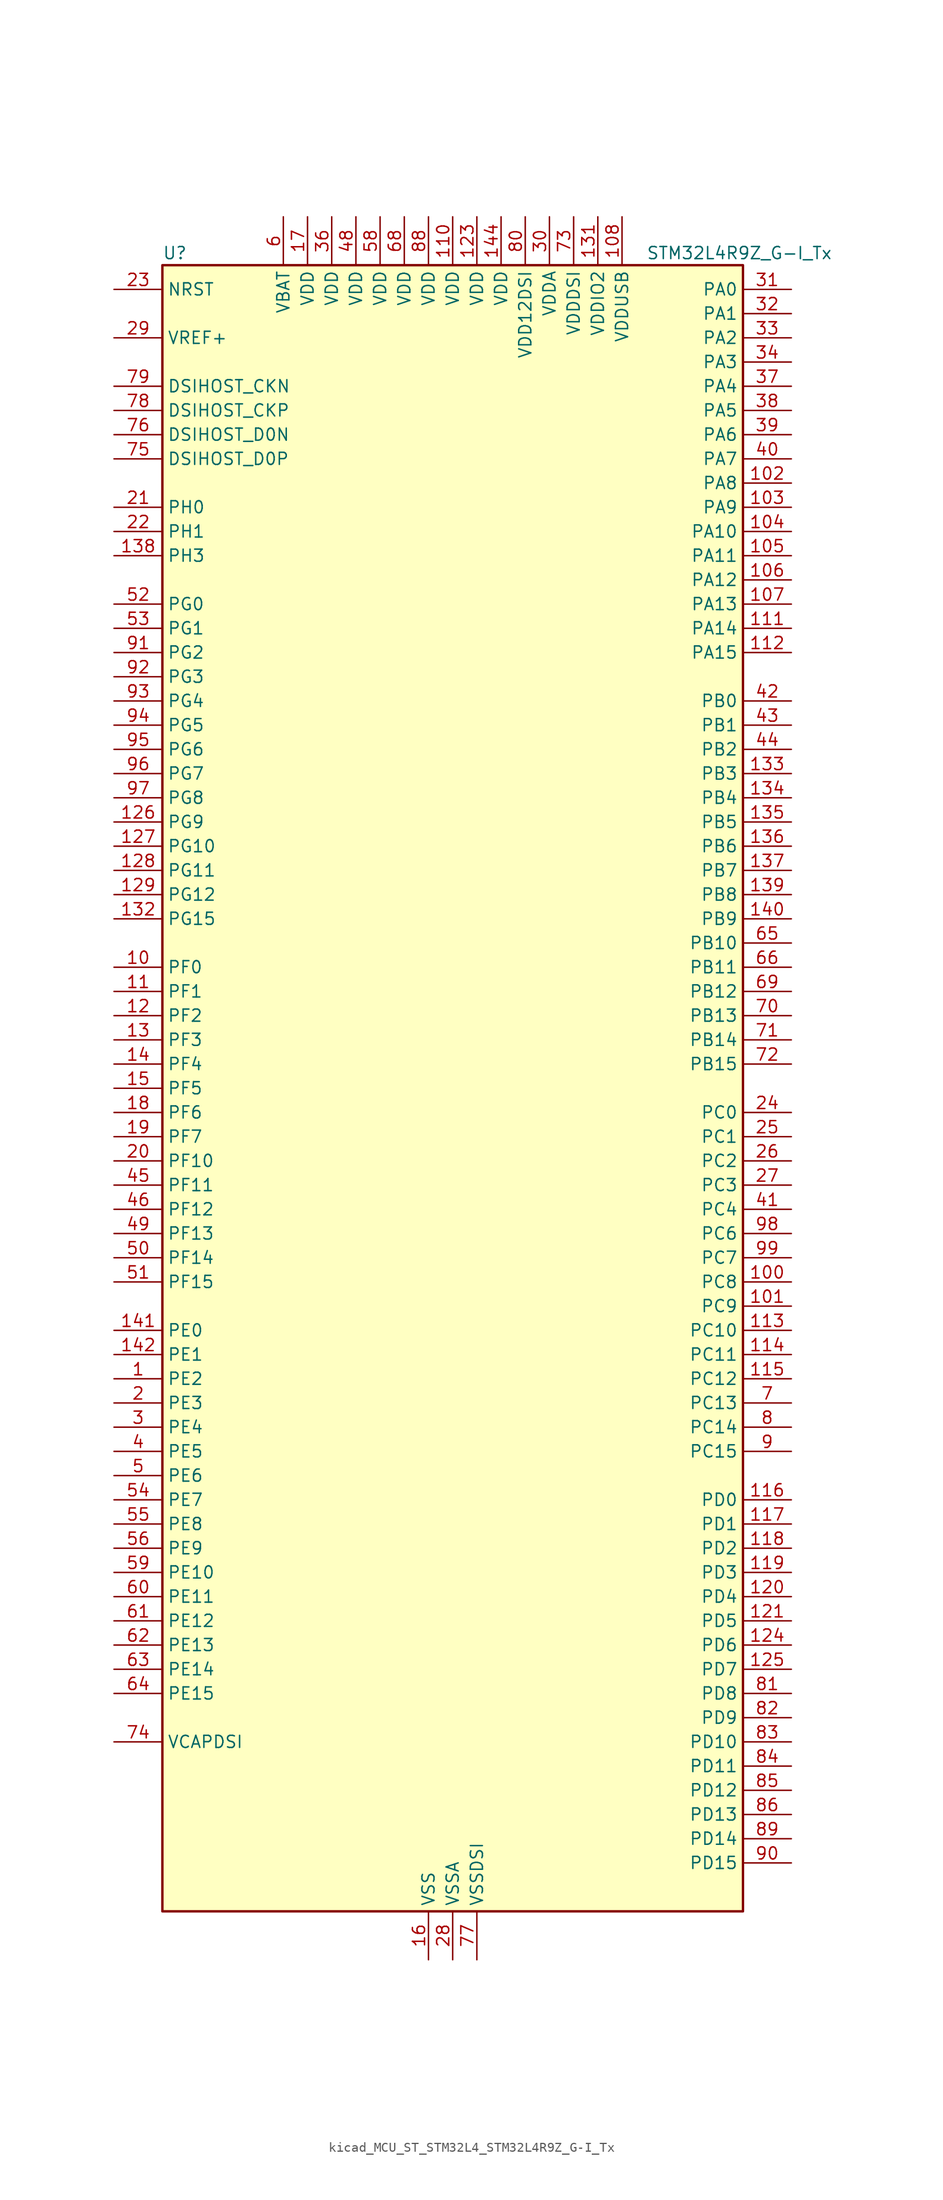
<source format=kicad_sym>
(kicad_symbol_lib
  (version 20220914)
  (generator kicad_symbol_editor)
  (symbol "kicad_MCU_ST_STM32L4_STM32L4R9Z_G-I_Tx"
    (property "Reference" "U"
      (at -30.48 87.63 0)
      (effects (font (size 1.27 1.27)) (justify left)))
    (property "Value" "STM32L4R9Z_G-I_Tx"
      (at 20.32 87.63 0)
      (effects (font (size 1.27 1.27)) (justify left)))
    (property "ki_locked" ""
      (at 0 0 0)
      (effects (font (size 1.27 1.27))))
    (symbol "kicad_MCU_ST_STM32L4_STM32L4R9Z_G-I_Tx_0_1"
      (rectangle (start -30.48 -86.36) (end 30.48 86.36) (stroke (width 0.254) (type default)) (fill (type background))))
    (symbol "kicad_MCU_ST_STM32L4_STM32L4R9Z_G-I_Tx_1_1"
      (pin bidirectional line (at -35.56 -30.48 0) (length 5.08) (name "PE2" (effects (font (size 1.27 1.27)))) (number "1" (effects (font (size 1.27 1.27)))) (alternate "FMC_A23" bidirectional line) (alternate "LTDC_R0" bidirectional line) (alternate "SAI1_CK1" bidirectional line) (alternate "SAI1_MCLK_A" bidirectional line) (alternate "SYS_TRACECLK" bidirectional line) (alternate "TIM3_ETR" bidirectional line) (alternate "TSC_G7_IO1" bidirectional line))
      (pin bidirectional line (at -35.56 12.7 0) (length 5.08) (name "PF0" (effects (font (size 1.27 1.27)))) (number "10" (effects (font (size 1.27 1.27)))) (alternate "FMC_A0" bidirectional line) (alternate "I2C2_SDA" bidirectional line) (alternate "OCTOSPIM_P2_IO0" bidirectional line))
      (pin bidirectional line (at 35.56 -20.32 180) (length 5.08) (name "PC8" (effects (font (size 1.27 1.27)))) (number "100" (effects (font (size 1.27 1.27)))) (alternate "DCMI_D2" bidirectional line) (alternate "SDMMC1_D0" bidirectional line) (alternate "TIM3_CH3" bidirectional line) (alternate "TIM8_CH3" bidirectional line) (alternate "TSC_G4_IO3" bidirectional line))
      (pin bidirectional line (at 35.56 -22.86 180) (length 5.08) (name "PC9" (effects (font (size 1.27 1.27)))) (number "101" (effects (font (size 1.27 1.27)))) (alternate "DAC1_EXTI9" bidirectional line) (alternate "DCMI_D3" bidirectional line) (alternate "I2C3_SDA" bidirectional line) (alternate "SAI2_EXTCLK" bidirectional line) (alternate "SDMMC1_D1" bidirectional line) (alternate "SYS_TRACED0" bidirectional line) (alternate "TIM3_CH4" bidirectional line) (alternate "TIM8_BKIN2" bidirectional line) (alternate "TIM8_CH4" bidirectional line) (alternate "TSC_G4_IO4" bidirectional line) (alternate "USB_OTG_FS_NOE" bidirectional line))
      (pin bidirectional line (at 35.56 63.5 180) (length 5.08) (name "PA8" (effects (font (size 1.27 1.27)))) (number "102" (effects (font (size 1.27 1.27)))) (alternate "LPTIM2_OUT" bidirectional line) (alternate "RCC_MCO" bidirectional line) (alternate "SAI1_CK2" bidirectional line) (alternate "SAI1_SCK_A" bidirectional line) (alternate "TIM1_CH1" bidirectional line) (alternate "USART1_CK" bidirectional line) (alternate "USB_OTG_FS_SOF" bidirectional line))
      (pin bidirectional line (at 35.56 60.96 180) (length 5.08) (name "PA9" (effects (font (size 1.27 1.27)))) (number "103" (effects (font (size 1.27 1.27)))) (alternate "DAC1_EXTI9" bidirectional line) (alternate "DCMI_D0" bidirectional line) (alternate "SAI1_FS_A" bidirectional line) (alternate "SPI2_SCK" bidirectional line) (alternate "TIM15_BKIN" bidirectional line) (alternate "TIM1_CH2" bidirectional line) (alternate "USART1_TX" bidirectional line) (alternate "USB_OTG_FS_VBUS" bidirectional line))
      (pin bidirectional line (at 35.56 58.42 180) (length 5.08) (name "PA10" (effects (font (size 1.27 1.27)))) (number "104" (effects (font (size 1.27 1.27)))) (alternate "DCMI_D1" bidirectional line) (alternate "SAI1_D1" bidirectional line) (alternate "SAI1_SD_A" bidirectional line) (alternate "TIM17_BKIN" bidirectional line) (alternate "TIM1_CH3" bidirectional line) (alternate "USART1_RX" bidirectional line) (alternate "USB_OTG_FS_ID" bidirectional line))
      (pin bidirectional line (at 35.56 55.88 180) (length 5.08) (name "PA11" (effects (font (size 1.27 1.27)))) (number "105" (effects (font (size 1.27 1.27)))) (alternate "ADC1_EXTI11" bidirectional line) (alternate "CAN1_RX" bidirectional line) (alternate "SPI1_MISO" bidirectional line) (alternate "TIM1_BKIN2" bidirectional line) (alternate "TIM1_CH4" bidirectional line) (alternate "USART1_CTS" bidirectional line) (alternate "USART1_NSS" bidirectional line) (alternate "USB_OTG_FS_DM" bidirectional line))
      (pin bidirectional line (at 35.56 53.34 180) (length 5.08) (name "PA12" (effects (font (size 1.27 1.27)))) (number "106" (effects (font (size 1.27 1.27)))) (alternate "CAN1_TX" bidirectional line) (alternate "SPI1_MOSI" bidirectional line) (alternate "TIM1_ETR" bidirectional line) (alternate "USART1_DE" bidirectional line) (alternate "USART1_RTS" bidirectional line) (alternate "USB_OTG_FS_DP" bidirectional line))
      (pin bidirectional line (at 35.56 50.8 180) (length 5.08) (name "PA13" (effects (font (size 1.27 1.27)))) (number "107" (effects (font (size 1.27 1.27)))) (alternate "IR_OUT" bidirectional line) (alternate "SAI1_SD_B" bidirectional line) (alternate "SYS_JTMS-SWDIO" bidirectional line) (alternate "USB_OTG_FS_NOE" bidirectional line))
      (pin power_in line (at 17.78 91.44 270) (length 5.08) (name "VDDUSB" (effects (font (size 1.27 1.27)))) (number "108" (effects (font (size 1.27 1.27)))))
      (pin passive line (at -2.54 -91.44 90) (length 5.08) hide (name "VSS" (effects (font (size 1.27 1.27)))) (number "109" (effects (font (size 1.27 1.27)))))
      (pin bidirectional line (at -35.56 10.16 0) (length 5.08) (name "PF1" (effects (font (size 1.27 1.27)))) (number "11" (effects (font (size 1.27 1.27)))) (alternate "FMC_A1" bidirectional line) (alternate "I2C2_SCL" bidirectional line) (alternate "OCTOSPIM_P2_IO1" bidirectional line))
      (pin power_in line (at 0 91.44 270) (length 5.08) (name "VDD" (effects (font (size 1.27 1.27)))) (number "110" (effects (font (size 1.27 1.27)))))
      (pin bidirectional line (at 35.56 48.26 180) (length 5.08) (name "PA14" (effects (font (size 1.27 1.27)))) (number "111" (effects (font (size 1.27 1.27)))) (alternate "I2C1_SMBA" bidirectional line) (alternate "I2C4_SMBA" bidirectional line) (alternate "LPTIM1_OUT" bidirectional line) (alternate "SAI1_FS_B" bidirectional line) (alternate "SYS_JTCK-SWCLK" bidirectional line) (alternate "USB_OTG_FS_SOF" bidirectional line))
      (pin bidirectional line (at 35.56 45.72 180) (length 5.08) (name "PA15" (effects (font (size 1.27 1.27)))) (number "112" (effects (font (size 1.27 1.27)))) (alternate "ADC1_EXTI15" bidirectional line) (alternate "SAI2_FS_B" bidirectional line) (alternate "SPI1_NSS" bidirectional line) (alternate "SPI3_NSS" bidirectional line) (alternate "SYS_JTDI" bidirectional line) (alternate "TIM2_CH1" bidirectional line) (alternate "TIM2_ETR" bidirectional line) (alternate "TSC_G3_IO1" bidirectional line) (alternate "UART4_DE" bidirectional line) (alternate "UART4_RTS" bidirectional line) (alternate "USART2_RX" bidirectional line) (alternate "USART3_DE" bidirectional line) (alternate "USART3_RTS" bidirectional line))
      (pin bidirectional line (at 35.56 -25.4 180) (length 5.08) (name "PC10" (effects (font (size 1.27 1.27)))) (number "113" (effects (font (size 1.27 1.27)))) (alternate "DCMI_D8" bidirectional line) (alternate "SAI2_SCK_B" bidirectional line) (alternate "SDMMC1_D2" bidirectional line) (alternate "SPI3_SCK" bidirectional line) (alternate "SYS_TRACED1" bidirectional line) (alternate "TSC_G3_IO2" bidirectional line) (alternate "UART4_TX" bidirectional line) (alternate "USART3_TX" bidirectional line))
      (pin bidirectional line (at 35.56 -27.94 180) (length 5.08) (name "PC11" (effects (font (size 1.27 1.27)))) (number "114" (effects (font (size 1.27 1.27)))) (alternate "ADC1_EXTI11" bidirectional line) (alternate "DCMI_D2" bidirectional line) (alternate "DCMI_D4" bidirectional line) (alternate "OCTOSPIM_P1_NCS" bidirectional line) (alternate "SAI2_MCLK_B" bidirectional line) (alternate "SDMMC1_D3" bidirectional line) (alternate "SPI3_MISO" bidirectional line) (alternate "TSC_G3_IO3" bidirectional line) (alternate "UART4_RX" bidirectional line) (alternate "USART3_RX" bidirectional line))
      (pin bidirectional line (at 35.56 -30.48 180) (length 5.08) (name "PC12" (effects (font (size 1.27 1.27)))) (number "115" (effects (font (size 1.27 1.27)))) (alternate "DCMI_D9" bidirectional line) (alternate "SAI2_SD_B" bidirectional line) (alternate "SDMMC1_CK" bidirectional line) (alternate "SPI3_MOSI" bidirectional line) (alternate "SYS_TRACED3" bidirectional line) (alternate "TSC_G3_IO4" bidirectional line) (alternate "UART5_TX" bidirectional line) (alternate "USART3_CK" bidirectional line))
      (pin bidirectional line (at 35.56 -43.18 180) (length 5.08) (name "PD0" (effects (font (size 1.27 1.27)))) (number "116" (effects (font (size 1.27 1.27)))) (alternate "CAN1_RX" bidirectional line) (alternate "DFSDM1_DATIN7" bidirectional line) (alternate "FMC_D2" bidirectional line) (alternate "FMC_DA2" bidirectional line) (alternate "LTDC_B4" bidirectional line) (alternate "SPI2_NSS" bidirectional line))
      (pin bidirectional line (at 35.56 -45.72 180) (length 5.08) (name "PD1" (effects (font (size 1.27 1.27)))) (number "117" (effects (font (size 1.27 1.27)))) (alternate "CAN1_TX" bidirectional line) (alternate "DFSDM1_CKIN7" bidirectional line) (alternate "FMC_D3" bidirectional line) (alternate "FMC_DA3" bidirectional line) (alternate "LTDC_B5" bidirectional line) (alternate "SPI2_SCK" bidirectional line))
      (pin bidirectional line (at 35.56 -48.26 180) (length 5.08) (name "PD2" (effects (font (size 1.27 1.27)))) (number "118" (effects (font (size 1.27 1.27)))) (alternate "DCMI_D11" bidirectional line) (alternate "SDMMC1_CMD" bidirectional line) (alternate "SYS_TRACED2" bidirectional line) (alternate "TIM3_ETR" bidirectional line) (alternate "TSC_SYNC" bidirectional line) (alternate "UART5_RX" bidirectional line) (alternate "USART3_DE" bidirectional line) (alternate "USART3_RTS" bidirectional line))
      (pin bidirectional line (at 35.56 -50.8 180) (length 5.08) (name "PD3" (effects (font (size 1.27 1.27)))) (number "119" (effects (font (size 1.27 1.27)))) (alternate "DCMI_D5" bidirectional line) (alternate "DFSDM1_DATIN0" bidirectional line) (alternate "FMC_CLK" bidirectional line) (alternate "LTDC_CLK" bidirectional line) (alternate "OCTOSPIM_P2_NCS" bidirectional line) (alternate "SPI2_MISO" bidirectional line) (alternate "SPI2_SCK" bidirectional line) (alternate "USART2_CTS" bidirectional line) (alternate "USART2_NSS" bidirectional line))
      (pin bidirectional line (at -35.56 7.62 0) (length 5.08) (name "PF2" (effects (font (size 1.27 1.27)))) (number "12" (effects (font (size 1.27 1.27)))) (alternate "FMC_A2" bidirectional line) (alternate "I2C2_SMBA" bidirectional line) (alternate "OCTOSPIM_P2_IO2" bidirectional line))
      (pin bidirectional line (at 35.56 -53.34 180) (length 5.08) (name "PD4" (effects (font (size 1.27 1.27)))) (number "120" (effects (font (size 1.27 1.27)))) (alternate "DFSDM1_CKIN0" bidirectional line) (alternate "FMC_NOE" bidirectional line) (alternate "OCTOSPIM_P1_IO4" bidirectional line) (alternate "SPI2_MOSI" bidirectional line) (alternate "USART2_DE" bidirectional line) (alternate "USART2_RTS" bidirectional line))
      (pin bidirectional line (at 35.56 -55.88 180) (length 5.08) (name "PD5" (effects (font (size 1.27 1.27)))) (number "121" (effects (font (size 1.27 1.27)))) (alternate "FMC_NWE" bidirectional line) (alternate "OCTOSPIM_P1_IO5" bidirectional line) (alternate "USART2_TX" bidirectional line))
      (pin passive line (at -2.54 -91.44 90) (length 5.08) hide (name "VSS" (effects (font (size 1.27 1.27)))) (number "122" (effects (font (size 1.27 1.27)))))
      (pin power_in line (at 2.54 91.44 270) (length 5.08) (name "VDD" (effects (font (size 1.27 1.27)))) (number "123" (effects (font (size 1.27 1.27)))))
      (pin bidirectional line (at 35.56 -58.42 180) (length 5.08) (name "PD6" (effects (font (size 1.27 1.27)))) (number "124" (effects (font (size 1.27 1.27)))) (alternate "DCMI_D10" bidirectional line) (alternate "DFSDM1_DATIN1" bidirectional line) (alternate "FMC_NWAIT" bidirectional line) (alternate "LTDC_DE" bidirectional line) (alternate "OCTOSPIM_P1_IO6" bidirectional line) (alternate "SAI1_D1" bidirectional line) (alternate "SAI1_SD_A" bidirectional line) (alternate "SPI3_MOSI" bidirectional line) (alternate "USART2_RX" bidirectional line))
      (pin bidirectional line (at 35.56 -60.96 180) (length 5.08) (name "PD7" (effects (font (size 1.27 1.27)))) (number "125" (effects (font (size 1.27 1.27)))) (alternate "DFSDM1_CKIN1" bidirectional line) (alternate "FMC_NCE" bidirectional line) (alternate "FMC_NE1" bidirectional line) (alternate "OCTOSPIM_P1_IO7" bidirectional line) (alternate "USART2_CK" bidirectional line))
      (pin bidirectional line (at -35.56 27.94 0) (length 5.08) (name "PG9" (effects (font (size 1.27 1.27)))) (number "126" (effects (font (size 1.27 1.27)))) (alternate "DAC1_EXTI9" bidirectional line) (alternate "FMC_NCE" bidirectional line) (alternate "FMC_NE2" bidirectional line) (alternate "OCTOSPIM_P2_IO6" bidirectional line) (alternate "SAI2_SCK_A" bidirectional line) (alternate "SPI3_SCK" bidirectional line) (alternate "TIM15_CH1N" bidirectional line) (alternate "USART1_TX" bidirectional line))
      (pin bidirectional line (at -35.56 25.4 0) (length 5.08) (name "PG10" (effects (font (size 1.27 1.27)))) (number "127" (effects (font (size 1.27 1.27)))) (alternate "FMC_NE3" bidirectional line) (alternate "LPTIM1_IN1" bidirectional line) (alternate "OCTOSPIM_P2_IO7" bidirectional line) (alternate "SAI2_FS_A" bidirectional line) (alternate "SPI3_MISO" bidirectional line) (alternate "TIM15_CH1" bidirectional line) (alternate "USART1_RX" bidirectional line))
      (pin bidirectional line (at -35.56 22.86 0) (length 5.08) (name "PG11" (effects (font (size 1.27 1.27)))) (number "128" (effects (font (size 1.27 1.27)))) (alternate "ADC1_EXTI11" bidirectional line) (alternate "LPTIM1_IN2" bidirectional line) (alternate "OCTOSPIM_P1_IO5" bidirectional line) (alternate "SAI2_MCLK_A" bidirectional line) (alternate "SPI3_MOSI" bidirectional line) (alternate "TIM15_CH2" bidirectional line) (alternate "USART1_CTS" bidirectional line) (alternate "USART1_NSS" bidirectional line))
      (pin bidirectional line (at -35.56 20.32 0) (length 5.08) (name "PG12" (effects (font (size 1.27 1.27)))) (number "129" (effects (font (size 1.27 1.27)))) (alternate "FMC_NE4" bidirectional line) (alternate "LPTIM1_ETR" bidirectional line) (alternate "OCTOSPIM_P2_NCS" bidirectional line) (alternate "SAI2_SD_A" bidirectional line) (alternate "SPI3_NSS" bidirectional line) (alternate "USART1_DE" bidirectional line) (alternate "USART1_RTS" bidirectional line))
      (pin bidirectional line (at -35.56 5.08 0) (length 5.08) (name "PF3" (effects (font (size 1.27 1.27)))) (number "13" (effects (font (size 1.27 1.27)))) (alternate "FMC_A3" bidirectional line) (alternate "OCTOSPIM_P2_IO3" bidirectional line))
      (pin passive line (at -2.54 -91.44 90) (length 5.08) hide (name "VSS" (effects (font (size 1.27 1.27)))) (number "130" (effects (font (size 1.27 1.27)))))
      (pin power_in line (at 15.24 91.44 270) (length 5.08) (name "VDDIO2" (effects (font (size 1.27 1.27)))) (number "131" (effects (font (size 1.27 1.27)))))
      (pin bidirectional line (at -35.56 17.78 0) (length 5.08) (name "PG15" (effects (font (size 1.27 1.27)))) (number "132" (effects (font (size 1.27 1.27)))) (alternate "ADC1_EXTI15" bidirectional line) (alternate "DCMI_D13" bidirectional line) (alternate "I2C1_SMBA" bidirectional line) (alternate "LPTIM1_OUT" bidirectional line) (alternate "OCTOSPIM_P2_DQS" bidirectional line))
      (pin bidirectional line (at 35.56 33.02 180) (length 5.08) (name "PB3" (effects (font (size 1.27 1.27)))) (number "133" (effects (font (size 1.27 1.27)))) (alternate "COMP2_INM" bidirectional line) (alternate "CRS_SYNC" bidirectional line) (alternate "SAI1_SCK_B" bidirectional line) (alternate "SPI1_SCK" bidirectional line) (alternate "SPI3_SCK" bidirectional line) (alternate "SYS_JTDO-SWO" bidirectional line) (alternate "TIM2_CH2" bidirectional line) (alternate "USART1_DE" bidirectional line) (alternate "USART1_RTS" bidirectional line))
      (pin bidirectional line (at 35.56 30.48 180) (length 5.08) (name "PB4" (effects (font (size 1.27 1.27)))) (number "134" (effects (font (size 1.27 1.27)))) (alternate "COMP2_INP" bidirectional line) (alternate "DCMI_D12" bidirectional line) (alternate "I2C3_SDA" bidirectional line) (alternate "SAI1_MCLK_B" bidirectional line) (alternate "SPI1_MISO" bidirectional line) (alternate "SPI3_MISO" bidirectional line) (alternate "SYS_JTRST" bidirectional line) (alternate "TIM17_BKIN" bidirectional line) (alternate "TIM3_CH1" bidirectional line) (alternate "TSC_G2_IO1" bidirectional line) (alternate "UART5_DE" bidirectional line) (alternate "UART5_RTS" bidirectional line) (alternate "USART1_CTS" bidirectional line) (alternate "USART1_NSS" bidirectional line))
      (pin bidirectional line (at 35.56 27.94 180) (length 5.08) (name "PB5" (effects (font (size 1.27 1.27)))) (number "135" (effects (font (size 1.27 1.27)))) (alternate "COMP2_OUT" bidirectional line) (alternate "DCMI_D10" bidirectional line) (alternate "I2C1_SMBA" bidirectional line) (alternate "LPTIM1_IN1" bidirectional line) (alternate "SAI1_SD_B" bidirectional line) (alternate "SPI1_MOSI" bidirectional line) (alternate "SPI3_MOSI" bidirectional line) (alternate "TIM16_BKIN" bidirectional line) (alternate "TIM3_CH2" bidirectional line) (alternate "TSC_G2_IO2" bidirectional line) (alternate "UART5_CTS" bidirectional line) (alternate "USART1_CK" bidirectional line))
      (pin bidirectional line (at 35.56 25.4 180) (length 5.08) (name "PB6" (effects (font (size 1.27 1.27)))) (number "136" (effects (font (size 1.27 1.27)))) (alternate "COMP2_INP" bidirectional line) (alternate "DCMI_D5" bidirectional line) (alternate "DFSDM1_DATIN5" bidirectional line) (alternate "I2C1_SCL" bidirectional line) (alternate "I2C4_SCL" bidirectional line) (alternate "LPTIM1_ETR" bidirectional line) (alternate "SAI1_FS_B" bidirectional line) (alternate "TIM16_CH1N" bidirectional line) (alternate "TIM4_CH1" bidirectional line) (alternate "TIM8_BKIN2" bidirectional line) (alternate "TSC_G2_IO3" bidirectional line) (alternate "USART1_TX" bidirectional line))
      (pin bidirectional line (at 35.56 22.86 180) (length 5.08) (name "PB7" (effects (font (size 1.27 1.27)))) (number "137" (effects (font (size 1.27 1.27)))) (alternate "COMP2_INM" bidirectional line) (alternate "DCMI_VSYNC" bidirectional line) (alternate "DFSDM1_CKIN5" bidirectional line) (alternate "DSIHOST_TE" bidirectional line) (alternate "FMC_NL" bidirectional line) (alternate "I2C1_SDA" bidirectional line) (alternate "I2C4_SDA" bidirectional line) (alternate "LPTIM1_IN2" bidirectional line) (alternate "SYS_PVD_IN" bidirectional line) (alternate "TIM17_CH1N" bidirectional line) (alternate "TIM4_CH2" bidirectional line) (alternate "TIM8_BKIN" bidirectional line) (alternate "TSC_G2_IO4" bidirectional line) (alternate "UART4_CTS" bidirectional line) (alternate "USART1_RX" bidirectional line))
      (pin bidirectional line (at -35.56 55.88 0) (length 5.08) (name "PH3" (effects (font (size 1.27 1.27)))) (number "138" (effects (font (size 1.27 1.27)))))
      (pin bidirectional line (at 35.56 20.32 180) (length 5.08) (name "PB8" (effects (font (size 1.27 1.27)))) (number "139" (effects (font (size 1.27 1.27)))) (alternate "CAN1_RX" bidirectional line) (alternate "DCMI_D6" bidirectional line) (alternate "DFSDM1_CKOUT" bidirectional line) (alternate "DFSDM1_DATIN6" bidirectional line) (alternate "I2C1_SCL" bidirectional line) (alternate "LTDC_B1" bidirectional line) (alternate "SAI1_CK1" bidirectional line) (alternate "SAI1_MCLK_A" bidirectional line) (alternate "SDMMC1_CKIN" bidirectional line) (alternate "SDMMC1_D4" bidirectional line) (alternate "TIM16_CH1" bidirectional line) (alternate "TIM4_CH3" bidirectional line))
      (pin bidirectional line (at -35.56 2.54 0) (length 5.08) (name "PF4" (effects (font (size 1.27 1.27)))) (number "14" (effects (font (size 1.27 1.27)))) (alternate "FMC_A4" bidirectional line) (alternate "OCTOSPIM_P2_CLK" bidirectional line))
      (pin bidirectional line (at 35.56 17.78 180) (length 5.08) (name "PB9" (effects (font (size 1.27 1.27)))) (number "140" (effects (font (size 1.27 1.27)))) (alternate "CAN1_TX" bidirectional line) (alternate "DAC1_EXTI9" bidirectional line) (alternate "DCMI_D7" bidirectional line) (alternate "DFSDM1_CKIN6" bidirectional line) (alternate "I2C1_SDA" bidirectional line) (alternate "IR_OUT" bidirectional line) (alternate "SAI1_D2" bidirectional line) (alternate "SAI1_FS_A" bidirectional line) (alternate "SDMMC1_CDIR" bidirectional line) (alternate "SDMMC1_D5" bidirectional line) (alternate "SPI2_NSS" bidirectional line) (alternate "TIM17_CH1" bidirectional line) (alternate "TIM4_CH4" bidirectional line))
      (pin bidirectional line (at -35.56 -25.4 0) (length 5.08) (name "PE0" (effects (font (size 1.27 1.27)))) (number "141" (effects (font (size 1.27 1.27)))) (alternate "DCMI_D2" bidirectional line) (alternate "FMC_NBL0" bidirectional line) (alternate "LTDC_HSYNC" bidirectional line) (alternate "TIM16_CH1" bidirectional line) (alternate "TIM4_ETR" bidirectional line))
      (pin bidirectional line (at -35.56 -27.94 0) (length 5.08) (name "PE1" (effects (font (size 1.27 1.27)))) (number "142" (effects (font (size 1.27 1.27)))) (alternate "DCMI_D3" bidirectional line) (alternate "FMC_NBL1" bidirectional line) (alternate "LTDC_VSYNC" bidirectional line) (alternate "TIM17_CH1" bidirectional line))
      (pin passive line (at -2.54 -91.44 90) (length 5.08) hide (name "VSS" (effects (font (size 1.27 1.27)))) (number "143" (effects (font (size 1.27 1.27)))))
      (pin power_in line (at 5.08 91.44 270) (length 5.08) (name "VDD" (effects (font (size 1.27 1.27)))) (number "144" (effects (font (size 1.27 1.27)))))
      (pin bidirectional line (at -35.56 0 0) (length 5.08) (name "PF5" (effects (font (size 1.27 1.27)))) (number "15" (effects (font (size 1.27 1.27)))) (alternate "FMC_A5" bidirectional line))
      (pin power_in line (at -2.54 -91.44 90) (length 5.08) (name "VSS" (effects (font (size 1.27 1.27)))) (number "16" (effects (font (size 1.27 1.27)))))
      (pin power_in line (at -15.24 91.44 270) (length 5.08) (name "VDD" (effects (font (size 1.27 1.27)))) (number "17" (effects (font (size 1.27 1.27)))))
      (pin bidirectional line (at -35.56 -2.54 0) (length 5.08) (name "PF6" (effects (font (size 1.27 1.27)))) (number "18" (effects (font (size 1.27 1.27)))) (alternate "OCTOSPIM_P1_IO3" bidirectional line) (alternate "SAI1_SD_B" bidirectional line) (alternate "TIM5_CH1" bidirectional line) (alternate "TIM5_ETR" bidirectional line))
      (pin bidirectional line (at -35.56 -5.08 0) (length 5.08) (name "PF7" (effects (font (size 1.27 1.27)))) (number "19" (effects (font (size 1.27 1.27)))) (alternate "OCTOSPIM_P1_IO2" bidirectional line) (alternate "SAI1_MCLK_B" bidirectional line) (alternate "TIM5_CH2" bidirectional line))
      (pin bidirectional line (at -35.56 -33.02 0) (length 5.08) (name "PE3" (effects (font (size 1.27 1.27)))) (number "2" (effects (font (size 1.27 1.27)))) (alternate "FMC_A19" bidirectional line) (alternate "LTDC_R1" bidirectional line) (alternate "OCTOSPIM_P1_DQS" bidirectional line) (alternate "SAI1_SD_B" bidirectional line) (alternate "SYS_TRACED0" bidirectional line) (alternate "TIM3_CH1" bidirectional line) (alternate "TSC_G7_IO2" bidirectional line))
      (pin bidirectional line (at -35.56 -7.62 0) (length 5.08) (name "PF10" (effects (font (size 1.27 1.27)))) (number "20" (effects (font (size 1.27 1.27)))) (alternate "DCMI_D11" bidirectional line) (alternate "DFSDM1_CKOUT" bidirectional line) (alternate "OCTOSPIM_P1_CLK" bidirectional line) (alternate "SAI1_D3" bidirectional line) (alternate "TIM15_CH2" bidirectional line))
      (pin bidirectional line (at -35.56 60.96 0) (length 5.08) (name "PH0" (effects (font (size 1.27 1.27)))) (number "21" (effects (font (size 1.27 1.27)))) (alternate "RCC_OSC_IN" bidirectional line))
      (pin bidirectional line (at -35.56 58.42 0) (length 5.08) (name "PH1" (effects (font (size 1.27 1.27)))) (number "22" (effects (font (size 1.27 1.27)))) (alternate "RCC_OSC_OUT" bidirectional line))
      (pin input line (at -35.56 83.82 0) (length 5.08) (name "NRST" (effects (font (size 1.27 1.27)))) (number "23" (effects (font (size 1.27 1.27)))))
      (pin bidirectional line (at 35.56 -2.54 180) (length 5.08) (name "PC0" (effects (font (size 1.27 1.27)))) (number "24" (effects (font (size 1.27 1.27)))) (alternate "ADC1_IN1" bidirectional line) (alternate "DFSDM1_DATIN4" bidirectional line) (alternate "I2C3_SCL" bidirectional line) (alternate "LPTIM1_IN1" bidirectional line) (alternate "LPTIM2_IN1" bidirectional line) (alternate "LPUART1_RX" bidirectional line) (alternate "SAI2_FS_A" bidirectional line))
      (pin bidirectional line (at 35.56 -5.08 180) (length 5.08) (name "PC1" (effects (font (size 1.27 1.27)))) (number "25" (effects (font (size 1.27 1.27)))) (alternate "ADC1_IN2" bidirectional line) (alternate "DFSDM1_CKIN4" bidirectional line) (alternate "I2C3_SDA" bidirectional line) (alternate "LPTIM1_OUT" bidirectional line) (alternate "LPUART1_TX" bidirectional line) (alternate "OCTOSPIM_P1_IO4" bidirectional line) (alternate "SAI1_SD_A" bidirectional line) (alternate "SPI2_MOSI" bidirectional line) (alternate "SYS_TRACED0" bidirectional line))
      (pin bidirectional line (at 35.56 -7.62 180) (length 5.08) (name "PC2" (effects (font (size 1.27 1.27)))) (number "26" (effects (font (size 1.27 1.27)))) (alternate "ADC1_IN3" bidirectional line) (alternate "DFSDM1_CKOUT" bidirectional line) (alternate "LPTIM1_IN2" bidirectional line) (alternate "OCTOSPIM_P1_IO5" bidirectional line) (alternate "SPI2_MISO" bidirectional line))
      (pin bidirectional line (at 35.56 -10.16 180) (length 5.08) (name "PC3" (effects (font (size 1.27 1.27)))) (number "27" (effects (font (size 1.27 1.27)))) (alternate "ADC1_IN4" bidirectional line) (alternate "LPTIM1_ETR" bidirectional line) (alternate "LPTIM2_ETR" bidirectional line) (alternate "OCTOSPIM_P1_IO6" bidirectional line) (alternate "SAI1_D1" bidirectional line) (alternate "SAI1_SD_A" bidirectional line) (alternate "SPI2_MOSI" bidirectional line))
      (pin power_in line (at 0 -91.44 90) (length 5.08) (name "VSSA" (effects (font (size 1.27 1.27)))) (number "28" (effects (font (size 1.27 1.27)))))
      (pin input line (at -35.56 78.74 0) (length 5.08) (name "VREF+" (effects (font (size 1.27 1.27)))) (number "29" (effects (font (size 1.27 1.27)))) (alternate "VREFBUF_OUT" bidirectional line))
      (pin bidirectional line (at -35.56 -35.56 0) (length 5.08) (name "PE4" (effects (font (size 1.27 1.27)))) (number "3" (effects (font (size 1.27 1.27)))) (alternate "DCMI_D4" bidirectional line) (alternate "DFSDM1_DATIN3" bidirectional line) (alternate "FMC_A20" bidirectional line) (alternate "LTDC_B0" bidirectional line) (alternate "SAI1_D2" bidirectional line) (alternate "SAI1_FS_A" bidirectional line) (alternate "SYS_TRACED1" bidirectional line) (alternate "TIM3_CH2" bidirectional line) (alternate "TSC_G7_IO3" bidirectional line))
      (pin power_in line (at 10.16 91.44 270) (length 5.08) (name "VDDA" (effects (font (size 1.27 1.27)))) (number "30" (effects (font (size 1.27 1.27)))))
      (pin bidirectional line (at 35.56 83.82 180) (length 5.08) (name "PA0" (effects (font (size 1.27 1.27)))) (number "31" (effects (font (size 1.27 1.27)))) (alternate "ADC1_IN5" bidirectional line) (alternate "OPAMP1_VINP" bidirectional line) (alternate "RTC_TAMP2" bidirectional line) (alternate "SAI1_EXTCLK" bidirectional line) (alternate "SYS_WKUP1" bidirectional line) (alternate "TIM2_CH1" bidirectional line) (alternate "TIM2_ETR" bidirectional line) (alternate "TIM5_CH1" bidirectional line) (alternate "TIM8_ETR" bidirectional line) (alternate "UART4_TX" bidirectional line) (alternate "USART2_CTS" bidirectional line) (alternate "USART2_NSS" bidirectional line))
      (pin bidirectional line (at 35.56 81.28 180) (length 5.08) (name "PA1" (effects (font (size 1.27 1.27)))) (number "32" (effects (font (size 1.27 1.27)))) (alternate "ADC1_IN6" bidirectional line) (alternate "I2C1_SMBA" bidirectional line) (alternate "OCTOSPIM_P1_DQS" bidirectional line) (alternate "OPAMP1_VINM" bidirectional line) (alternate "SPI1_SCK" bidirectional line) (alternate "TIM15_CH1N" bidirectional line) (alternate "TIM2_CH2" bidirectional line) (alternate "TIM5_CH2" bidirectional line) (alternate "UART4_RX" bidirectional line) (alternate "USART2_DE" bidirectional line) (alternate "USART2_RTS" bidirectional line))
      (pin bidirectional line (at 35.56 78.74 180) (length 5.08) (name "PA2" (effects (font (size 1.27 1.27)))) (number "33" (effects (font (size 1.27 1.27)))) (alternate "ADC1_IN7" bidirectional line) (alternate "LPUART1_TX" bidirectional line) (alternate "OCTOSPIM_P1_NCS" bidirectional line) (alternate "RCC_LSCO" bidirectional line) (alternate "SAI2_EXTCLK" bidirectional line) (alternate "SYS_WKUP4" bidirectional line) (alternate "TIM15_CH1" bidirectional line) (alternate "TIM2_CH3" bidirectional line) (alternate "TIM5_CH3" bidirectional line) (alternate "USART2_TX" bidirectional line))
      (pin bidirectional line (at 35.56 76.2 180) (length 5.08) (name "PA3" (effects (font (size 1.27 1.27)))) (number "34" (effects (font (size 1.27 1.27)))) (alternate "ADC1_IN8" bidirectional line) (alternate "LPUART1_RX" bidirectional line) (alternate "OCTOSPIM_P1_CLK" bidirectional line) (alternate "OPAMP1_VOUT" bidirectional line) (alternate "SAI1_CK1" bidirectional line) (alternate "SAI1_MCLK_A" bidirectional line) (alternate "TIM15_CH2" bidirectional line) (alternate "TIM2_CH4" bidirectional line) (alternate "TIM5_CH4" bidirectional line) (alternate "USART2_RX" bidirectional line))
      (pin passive line (at -2.54 -91.44 90) (length 5.08) hide (name "VSS" (effects (font (size 1.27 1.27)))) (number "35" (effects (font (size 1.27 1.27)))))
      (pin power_in line (at -12.7 91.44 270) (length 5.08) (name "VDD" (effects (font (size 1.27 1.27)))) (number "36" (effects (font (size 1.27 1.27)))))
      (pin bidirectional line (at 35.56 73.66 180) (length 5.08) (name "PA4" (effects (font (size 1.27 1.27)))) (number "37" (effects (font (size 1.27 1.27)))) (alternate "ADC1_IN9" bidirectional line) (alternate "DAC1_OUT1" bidirectional line) (alternate "DCMI_HSYNC" bidirectional line) (alternate "LPTIM2_OUT" bidirectional line) (alternate "OCTOSPIM_P1_NCS" bidirectional line) (alternate "SAI1_FS_B" bidirectional line) (alternate "SPI1_NSS" bidirectional line) (alternate "SPI3_NSS" bidirectional line) (alternate "USART2_CK" bidirectional line))
      (pin bidirectional line (at 35.56 71.12 180) (length 5.08) (name "PA5" (effects (font (size 1.27 1.27)))) (number "38" (effects (font (size 1.27 1.27)))) (alternate "ADC1_IN10" bidirectional line) (alternate "DAC1_OUT2" bidirectional line) (alternate "LPTIM2_ETR" bidirectional line) (alternate "SPI1_SCK" bidirectional line) (alternate "TIM2_CH1" bidirectional line) (alternate "TIM2_ETR" bidirectional line) (alternate "TIM8_CH1N" bidirectional line))
      (pin bidirectional line (at 35.56 68.58 180) (length 5.08) (name "PA6" (effects (font (size 1.27 1.27)))) (number "39" (effects (font (size 1.27 1.27)))) (alternate "ADC1_IN11" bidirectional line) (alternate "DCMI_PIXCLK" bidirectional line) (alternate "LPUART1_CTS" bidirectional line) (alternate "OCTOSPIM_P1_IO3" bidirectional line) (alternate "OPAMP2_VINP" bidirectional line) (alternate "SPI1_MISO" bidirectional line) (alternate "TIM16_CH1" bidirectional line) (alternate "TIM1_BKIN" bidirectional line) (alternate "TIM3_CH1" bidirectional line) (alternate "TIM8_BKIN" bidirectional line) (alternate "USART3_CTS" bidirectional line) (alternate "USART3_NSS" bidirectional line))
      (pin bidirectional line (at -35.56 -38.1 0) (length 5.08) (name "PE5" (effects (font (size 1.27 1.27)))) (number "4" (effects (font (size 1.27 1.27)))) (alternate "DCMI_D6" bidirectional line) (alternate "DFSDM1_CKIN3" bidirectional line) (alternate "FMC_A21" bidirectional line) (alternate "LTDC_G0" bidirectional line) (alternate "SAI1_CK2" bidirectional line) (alternate "SAI1_SCK_A" bidirectional line) (alternate "SYS_TRACED2" bidirectional line) (alternate "TIM3_CH3" bidirectional line) (alternate "TSC_G7_IO4" bidirectional line))
      (pin bidirectional line (at 35.56 66.04 180) (length 5.08) (name "PA7" (effects (font (size 1.27 1.27)))) (number "40" (effects (font (size 1.27 1.27)))) (alternate "ADC1_IN12" bidirectional line) (alternate "I2C3_SCL" bidirectional line) (alternate "OCTOSPIM_P1_IO2" bidirectional line) (alternate "OPAMP2_VINM" bidirectional line) (alternate "SPI1_MOSI" bidirectional line) (alternate "TIM17_CH1" bidirectional line) (alternate "TIM1_CH1N" bidirectional line) (alternate "TIM3_CH2" bidirectional line) (alternate "TIM8_CH1N" bidirectional line))
      (pin bidirectional line (at 35.56 -12.7 180) (length 5.08) (name "PC4" (effects (font (size 1.27 1.27)))) (number "41" (effects (font (size 1.27 1.27)))) (alternate "ADC1_IN13" bidirectional line) (alternate "COMP1_INM" bidirectional line) (alternate "OCTOSPIM_P1_IO7" bidirectional line) (alternate "USART3_TX" bidirectional line))
      (pin bidirectional line (at 35.56 40.64 180) (length 5.08) (name "PB0" (effects (font (size 1.27 1.27)))) (number "42" (effects (font (size 1.27 1.27)))) (alternate "ADC1_IN15" bidirectional line) (alternate "COMP1_OUT" bidirectional line) (alternate "OCTOSPIM_P1_IO1" bidirectional line) (alternate "OPAMP2_VOUT" bidirectional line) (alternate "SAI1_EXTCLK" bidirectional line) (alternate "SPI1_NSS" bidirectional line) (alternate "TIM1_CH2N" bidirectional line) (alternate "TIM3_CH3" bidirectional line) (alternate "TIM8_CH2N" bidirectional line) (alternate "USART3_CK" bidirectional line))
      (pin bidirectional line (at 35.56 38.1 180) (length 5.08) (name "PB1" (effects (font (size 1.27 1.27)))) (number "43" (effects (font (size 1.27 1.27)))) (alternate "ADC1_IN16" bidirectional line) (alternate "COMP1_INM" bidirectional line) (alternate "DFSDM1_DATIN0" bidirectional line) (alternate "LPTIM2_IN1" bidirectional line) (alternate "LPUART1_DE" bidirectional line) (alternate "LPUART1_RTS" bidirectional line) (alternate "OCTOSPIM_P1_IO0" bidirectional line) (alternate "TIM1_CH3N" bidirectional line) (alternate "TIM3_CH4" bidirectional line) (alternate "TIM8_CH3N" bidirectional line) (alternate "USART3_DE" bidirectional line) (alternate "USART3_RTS" bidirectional line))
      (pin bidirectional line (at 35.56 35.56 180) (length 5.08) (name "PB2" (effects (font (size 1.27 1.27)))) (number "44" (effects (font (size 1.27 1.27)))) (alternate "COMP1_INP" bidirectional line) (alternate "DFSDM1_CKIN0" bidirectional line) (alternate "I2C3_SMBA" bidirectional line) (alternate "LPTIM1_OUT" bidirectional line) (alternate "LTDC_B1" bidirectional line) (alternate "OCTOSPIM_P1_DQS" bidirectional line) (alternate "RTC_OUT_ALARM" bidirectional line) (alternate "RTC_OUT_CALIB" bidirectional line))
      (pin bidirectional line (at -35.56 -10.16 0) (length 5.08) (name "PF11" (effects (font (size 1.27 1.27)))) (number "45" (effects (font (size 1.27 1.27)))) (alternate "ADC1_EXTI11" bidirectional line) (alternate "DCMI_D12" bidirectional line) (alternate "DSIHOST_TE" bidirectional line) (alternate "LTDC_DE" bidirectional line))
      (pin bidirectional line (at -35.56 -12.7 0) (length 5.08) (name "PF12" (effects (font (size 1.27 1.27)))) (number "46" (effects (font (size 1.27 1.27)))) (alternate "FMC_A6" bidirectional line) (alternate "LTDC_B0" bidirectional line) (alternate "OCTOSPIM_P2_DQS" bidirectional line))
      (pin passive line (at -2.54 -91.44 90) (length 5.08) hide (name "VSS" (effects (font (size 1.27 1.27)))) (number "47" (effects (font (size 1.27 1.27)))))
      (pin power_in line (at -10.16 91.44 270) (length 5.08) (name "VDD" (effects (font (size 1.27 1.27)))) (number "48" (effects (font (size 1.27 1.27)))))
      (pin bidirectional line (at -35.56 -15.24 0) (length 5.08) (name "PF13" (effects (font (size 1.27 1.27)))) (number "49" (effects (font (size 1.27 1.27)))) (alternate "DFSDM1_DATIN6" bidirectional line) (alternate "FMC_A7" bidirectional line) (alternate "I2C4_SMBA" bidirectional line) (alternate "LTDC_B1" bidirectional line))
      (pin bidirectional line (at -35.56 -40.64 0) (length 5.08) (name "PE6" (effects (font (size 1.27 1.27)))) (number "5" (effects (font (size 1.27 1.27)))) (alternate "DCMI_D7" bidirectional line) (alternate "FMC_A22" bidirectional line) (alternate "LTDC_G1" bidirectional line) (alternate "RTC_TAMP3" bidirectional line) (alternate "SAI1_D1" bidirectional line) (alternate "SAI1_SD_A" bidirectional line) (alternate "SYS_TRACED3" bidirectional line) (alternate "SYS_WKUP3" bidirectional line) (alternate "TIM3_CH4" bidirectional line))
      (pin bidirectional line (at -35.56 -17.78 0) (length 5.08) (name "PF14" (effects (font (size 1.27 1.27)))) (number "50" (effects (font (size 1.27 1.27)))) (alternate "DFSDM1_CKIN6" bidirectional line) (alternate "FMC_A8" bidirectional line) (alternate "I2C4_SCL" bidirectional line) (alternate "LTDC_G0" bidirectional line) (alternate "TSC_G8_IO1" bidirectional line))
      (pin bidirectional line (at -35.56 -20.32 0) (length 5.08) (name "PF15" (effects (font (size 1.27 1.27)))) (number "51" (effects (font (size 1.27 1.27)))) (alternate "ADC1_EXTI15" bidirectional line) (alternate "FMC_A9" bidirectional line) (alternate "I2C4_SDA" bidirectional line) (alternate "LTDC_G1" bidirectional line) (alternate "TSC_G8_IO2" bidirectional line))
      (pin bidirectional line (at -35.56 50.8 0) (length 5.08) (name "PG0" (effects (font (size 1.27 1.27)))) (number "52" (effects (font (size 1.27 1.27)))) (alternate "FMC_A10" bidirectional line) (alternate "OCTOSPIM_P2_IO4" bidirectional line) (alternate "TSC_G8_IO3" bidirectional line))
      (pin bidirectional line (at -35.56 48.26 0) (length 5.08) (name "PG1" (effects (font (size 1.27 1.27)))) (number "53" (effects (font (size 1.27 1.27)))) (alternate "FMC_A11" bidirectional line) (alternate "OCTOSPIM_P2_IO5" bidirectional line) (alternate "TSC_G8_IO4" bidirectional line))
      (pin bidirectional line (at -35.56 -43.18 0) (length 5.08) (name "PE7" (effects (font (size 1.27 1.27)))) (number "54" (effects (font (size 1.27 1.27)))) (alternate "DFSDM1_DATIN2" bidirectional line) (alternate "FMC_D4" bidirectional line) (alternate "FMC_DA4" bidirectional line) (alternate "LTDC_B6" bidirectional line) (alternate "SAI1_SD_B" bidirectional line) (alternate "TIM1_ETR" bidirectional line))
      (pin bidirectional line (at -35.56 -45.72 0) (length 5.08) (name "PE8" (effects (font (size 1.27 1.27)))) (number "55" (effects (font (size 1.27 1.27)))) (alternate "DFSDM1_CKIN2" bidirectional line) (alternate "FMC_D5" bidirectional line) (alternate "FMC_DA5" bidirectional line) (alternate "LTDC_B7" bidirectional line) (alternate "SAI1_SCK_B" bidirectional line) (alternate "TIM1_CH1N" bidirectional line))
      (pin bidirectional line (at -35.56 -48.26 0) (length 5.08) (name "PE9" (effects (font (size 1.27 1.27)))) (number "56" (effects (font (size 1.27 1.27)))) (alternate "DAC1_EXTI9" bidirectional line) (alternate "DFSDM1_CKOUT" bidirectional line) (alternate "FMC_D6" bidirectional line) (alternate "FMC_DA6" bidirectional line) (alternate "LTDC_G2" bidirectional line) (alternate "SAI1_FS_B" bidirectional line) (alternate "TIM1_CH1" bidirectional line))
      (pin passive line (at -2.54 -91.44 90) (length 5.08) hide (name "VSS" (effects (font (size 1.27 1.27)))) (number "57" (effects (font (size 1.27 1.27)))))
      (pin power_in line (at -7.62 91.44 270) (length 5.08) (name "VDD" (effects (font (size 1.27 1.27)))) (number "58" (effects (font (size 1.27 1.27)))))
      (pin bidirectional line (at -35.56 -50.8 0) (length 5.08) (name "PE10" (effects (font (size 1.27 1.27)))) (number "59" (effects (font (size 1.27 1.27)))) (alternate "DFSDM1_DATIN4" bidirectional line) (alternate "FMC_D7" bidirectional line) (alternate "FMC_DA7" bidirectional line) (alternate "LTDC_G3" bidirectional line) (alternate "OCTOSPIM_P1_CLK" bidirectional line) (alternate "SAI1_MCLK_B" bidirectional line) (alternate "TIM1_CH2N" bidirectional line) (alternate "TSC_G5_IO1" bidirectional line))
      (pin power_in line (at -17.78 91.44 270) (length 5.08) (name "VBAT" (effects (font (size 1.27 1.27)))) (number "6" (effects (font (size 1.27 1.27)))))
      (pin bidirectional line (at -35.56 -53.34 0) (length 5.08) (name "PE11" (effects (font (size 1.27 1.27)))) (number "60" (effects (font (size 1.27 1.27)))) (alternate "ADC1_EXTI11" bidirectional line) (alternate "DFSDM1_CKIN4" bidirectional line) (alternate "FMC_D8" bidirectional line) (alternate "FMC_DA8" bidirectional line) (alternate "LTDC_G4" bidirectional line) (alternate "OCTOSPIM_P1_NCS" bidirectional line) (alternate "TIM1_CH2" bidirectional line) (alternate "TSC_G5_IO2" bidirectional line))
      (pin bidirectional line (at -35.56 -55.88 0) (length 5.08) (name "PE12" (effects (font (size 1.27 1.27)))) (number "61" (effects (font (size 1.27 1.27)))) (alternate "DFSDM1_DATIN5" bidirectional line) (alternate "FMC_D9" bidirectional line) (alternate "FMC_DA9" bidirectional line) (alternate "LTDC_G5" bidirectional line) (alternate "OCTOSPIM_P1_IO0" bidirectional line) (alternate "SPI1_NSS" bidirectional line) (alternate "TIM1_CH3N" bidirectional line) (alternate "TSC_G5_IO3" bidirectional line))
      (pin bidirectional line (at -35.56 -58.42 0) (length 5.08) (name "PE13" (effects (font (size 1.27 1.27)))) (number "62" (effects (font (size 1.27 1.27)))) (alternate "DFSDM1_CKIN5" bidirectional line) (alternate "FMC_D10" bidirectional line) (alternate "FMC_DA10" bidirectional line) (alternate "LTDC_G6" bidirectional line) (alternate "OCTOSPIM_P1_IO1" bidirectional line) (alternate "SPI1_SCK" bidirectional line) (alternate "TIM1_CH3" bidirectional line) (alternate "TSC_G5_IO4" bidirectional line))
      (pin bidirectional line (at -35.56 -60.96 0) (length 5.08) (name "PE14" (effects (font (size 1.27 1.27)))) (number "63" (effects (font (size 1.27 1.27)))) (alternate "FMC_D11" bidirectional line) (alternate "FMC_DA11" bidirectional line) (alternate "LTDC_G7" bidirectional line) (alternate "OCTOSPIM_P1_IO2" bidirectional line) (alternate "SPI1_MISO" bidirectional line) (alternate "TIM1_BKIN2" bidirectional line) (alternate "TIM1_CH4" bidirectional line))
      (pin bidirectional line (at -35.56 -63.5 0) (length 5.08) (name "PE15" (effects (font (size 1.27 1.27)))) (number "64" (effects (font (size 1.27 1.27)))) (alternate "ADC1_EXTI15" bidirectional line) (alternate "FMC_D12" bidirectional line) (alternate "FMC_DA12" bidirectional line) (alternate "LTDC_R2" bidirectional line) (alternate "OCTOSPIM_P1_IO3" bidirectional line) (alternate "SPI1_MOSI" bidirectional line) (alternate "TIM1_BKIN" bidirectional line))
      (pin bidirectional line (at 35.56 15.24 180) (length 5.08) (name "PB10" (effects (font (size 1.27 1.27)))) (number "65" (effects (font (size 1.27 1.27)))) (alternate "COMP1_OUT" bidirectional line) (alternate "DFSDM1_DATIN7" bidirectional line) (alternate "I2C2_SCL" bidirectional line) (alternate "I2C4_SCL" bidirectional line) (alternate "LPUART1_RX" bidirectional line) (alternate "OCTOSPIM_P1_CLK" bidirectional line) (alternate "SAI1_SCK_A" bidirectional line) (alternate "SPI2_SCK" bidirectional line) (alternate "TIM2_CH3" bidirectional line) (alternate "TSC_SYNC" bidirectional line) (alternate "USART3_TX" bidirectional line))
      (pin bidirectional line (at 35.56 12.7 180) (length 5.08) (name "PB11" (effects (font (size 1.27 1.27)))) (number "66" (effects (font (size 1.27 1.27)))) (alternate "ADC1_EXTI11" bidirectional line) (alternate "COMP2_OUT" bidirectional line) (alternate "DFSDM1_CKIN7" bidirectional line) (alternate "DSIHOST_TE" bidirectional line) (alternate "I2C2_SDA" bidirectional line) (alternate "I2C4_SDA" bidirectional line) (alternate "LPUART1_TX" bidirectional line) (alternate "OCTOSPIM_P1_NCS" bidirectional line) (alternate "TIM2_CH4" bidirectional line) (alternate "USART3_RX" bidirectional line))
      (pin passive line (at -2.54 -91.44 90) (length 5.08) hide (name "VSS" (effects (font (size 1.27 1.27)))) (number "67" (effects (font (size 1.27 1.27)))))
      (pin power_in line (at -5.08 91.44 270) (length 5.08) (name "VDD" (effects (font (size 1.27 1.27)))) (number "68" (effects (font (size 1.27 1.27)))))
      (pin bidirectional line (at 35.56 10.16 180) (length 5.08) (name "PB12" (effects (font (size 1.27 1.27)))) (number "69" (effects (font (size 1.27 1.27)))) (alternate "DFSDM1_DATIN1" bidirectional line) (alternate "I2C2_SMBA" bidirectional line) (alternate "LPUART1_DE" bidirectional line) (alternate "LPUART1_RTS" bidirectional line) (alternate "SAI2_FS_A" bidirectional line) (alternate "SPI2_NSS" bidirectional line) (alternate "TIM15_BKIN" bidirectional line) (alternate "TIM1_BKIN" bidirectional line) (alternate "TSC_G1_IO1" bidirectional line) (alternate "USART3_CK" bidirectional line))
      (pin bidirectional line (at 35.56 -33.02 180) (length 5.08) (name "PC13" (effects (font (size 1.27 1.27)))) (number "7" (effects (font (size 1.27 1.27)))) (alternate "RTC_OUT_ALARM" bidirectional line) (alternate "RTC_OUT_CALIB" bidirectional line) (alternate "RTC_TAMP1" bidirectional line) (alternate "RTC_TS" bidirectional line) (alternate "SYS_WKUP2" bidirectional line))
      (pin bidirectional line (at 35.56 7.62 180) (length 5.08) (name "PB13" (effects (font (size 1.27 1.27)))) (number "70" (effects (font (size 1.27 1.27)))) (alternate "DFSDM1_CKIN1" bidirectional line) (alternate "I2C2_SCL" bidirectional line) (alternate "LPUART1_CTS" bidirectional line) (alternate "SAI2_SCK_A" bidirectional line) (alternate "SPI2_SCK" bidirectional line) (alternate "TIM15_CH1N" bidirectional line) (alternate "TIM1_CH1N" bidirectional line) (alternate "TSC_G1_IO2" bidirectional line) (alternate "USART3_CTS" bidirectional line) (alternate "USART3_NSS" bidirectional line))
      (pin bidirectional line (at 35.56 5.08 180) (length 5.08) (name "PB14" (effects (font (size 1.27 1.27)))) (number "71" (effects (font (size 1.27 1.27)))) (alternate "DFSDM1_DATIN2" bidirectional line) (alternate "I2C2_SDA" bidirectional line) (alternate "SAI2_MCLK_A" bidirectional line) (alternate "SPI2_MISO" bidirectional line) (alternate "TIM15_CH1" bidirectional line) (alternate "TIM1_CH2N" bidirectional line) (alternate "TIM8_CH2N" bidirectional line) (alternate "TSC_G1_IO3" bidirectional line) (alternate "USART3_DE" bidirectional line) (alternate "USART3_RTS" bidirectional line))
      (pin bidirectional line (at 35.56 2.54 180) (length 5.08) (name "PB15" (effects (font (size 1.27 1.27)))) (number "72" (effects (font (size 1.27 1.27)))) (alternate "ADC1_EXTI15" bidirectional line) (alternate "DFSDM1_CKIN2" bidirectional line) (alternate "RTC_REFIN" bidirectional line) (alternate "SAI2_SD_A" bidirectional line) (alternate "SPI2_MOSI" bidirectional line) (alternate "TIM15_CH2" bidirectional line) (alternate "TIM1_CH3N" bidirectional line) (alternate "TIM8_CH3N" bidirectional line) (alternate "TSC_G1_IO4" bidirectional line))
      (pin power_in line (at 12.7 91.44 270) (length 5.08) (name "VDDDSI" (effects (font (size 1.27 1.27)))) (number "73" (effects (font (size 1.27 1.27)))))
      (pin power_out line (at -35.56 -68.58 0) (length 5.08) (name "VCAPDSI" (effects (font (size 1.27 1.27)))) (number "74" (effects (font (size 1.27 1.27)))))
      (pin bidirectional line (at -35.56 66.04 0) (length 5.08) (name "DSIHOST_D0P" (effects (font (size 1.27 1.27)))) (number "75" (effects (font (size 1.27 1.27)))) (alternate "DSIHOST_D0P" bidirectional line))
      (pin bidirectional line (at -35.56 68.58 0) (length 5.08) (name "DSIHOST_D0N" (effects (font (size 1.27 1.27)))) (number "76" (effects (font (size 1.27 1.27)))) (alternate "DSIHOST_D0N" bidirectional line))
      (pin power_in line (at 2.54 -91.44 90) (length 5.08) (name "VSSDSI" (effects (font (size 1.27 1.27)))) (number "77" (effects (font (size 1.27 1.27)))))
      (pin bidirectional line (at -35.56 71.12 0) (length 5.08) (name "DSIHOST_CKP" (effects (font (size 1.27 1.27)))) (number "78" (effects (font (size 1.27 1.27)))) (alternate "DSIHOST_CKP" bidirectional line))
      (pin bidirectional line (at -35.56 73.66 0) (length 5.08) (name "DSIHOST_CKN" (effects (font (size 1.27 1.27)))) (number "79" (effects (font (size 1.27 1.27)))) (alternate "DSIHOST_CKN" bidirectional line))
      (pin bidirectional line (at 35.56 -35.56 180) (length 5.08) (name "PC14" (effects (font (size 1.27 1.27)))) (number "8" (effects (font (size 1.27 1.27)))) (alternate "RCC_OSC32_IN" bidirectional line))
      (pin power_in line (at 7.62 91.44 270) (length 5.08) (name "VDD12DSI" (effects (font (size 1.27 1.27)))) (number "80" (effects (font (size 1.27 1.27)))))
      (pin bidirectional line (at 35.56 -63.5 180) (length 5.08) (name "PD8" (effects (font (size 1.27 1.27)))) (number "81" (effects (font (size 1.27 1.27)))) (alternate "DCMI_HSYNC" bidirectional line) (alternate "FMC_D13" bidirectional line) (alternate "FMC_DA13" bidirectional line) (alternate "LTDC_R3" bidirectional line) (alternate "USART3_TX" bidirectional line))
      (pin bidirectional line (at 35.56 -66.04 180) (length 5.08) (name "PD9" (effects (font (size 1.27 1.27)))) (number "82" (effects (font (size 1.27 1.27)))) (alternate "DAC1_EXTI9" bidirectional line) (alternate "DCMI_PIXCLK" bidirectional line) (alternate "FMC_D14" bidirectional line) (alternate "FMC_DA14" bidirectional line) (alternate "LTDC_R4" bidirectional line) (alternate "SAI2_MCLK_A" bidirectional line) (alternate "USART3_RX" bidirectional line))
      (pin bidirectional line (at 35.56 -68.58 180) (length 5.08) (name "PD10" (effects (font (size 1.27 1.27)))) (number "83" (effects (font (size 1.27 1.27)))) (alternate "FMC_D15" bidirectional line) (alternate "FMC_DA15" bidirectional line) (alternate "LTDC_R5" bidirectional line) (alternate "SAI2_SCK_A" bidirectional line) (alternate "TSC_G6_IO1" bidirectional line) (alternate "USART3_CK" bidirectional line))
      (pin bidirectional line (at 35.56 -71.12 180) (length 5.08) (name "PD11" (effects (font (size 1.27 1.27)))) (number "84" (effects (font (size 1.27 1.27)))) (alternate "ADC1_EXTI11" bidirectional line) (alternate "FMC_A16" bidirectional line) (alternate "FMC_CLE" bidirectional line) (alternate "I2C4_SMBA" bidirectional line) (alternate "LPTIM2_ETR" bidirectional line) (alternate "LTDC_R6" bidirectional line) (alternate "SAI2_SD_A" bidirectional line) (alternate "TSC_G6_IO2" bidirectional line) (alternate "USART3_CTS" bidirectional line) (alternate "USART3_NSS" bidirectional line))
      (pin bidirectional line (at 35.56 -73.66 180) (length 5.08) (name "PD12" (effects (font (size 1.27 1.27)))) (number "85" (effects (font (size 1.27 1.27)))) (alternate "FMC_A17" bidirectional line) (alternate "FMC_ALE" bidirectional line) (alternate "I2C4_SCL" bidirectional line) (alternate "LPTIM2_IN1" bidirectional line) (alternate "LTDC_R7" bidirectional line) (alternate "SAI2_FS_A" bidirectional line) (alternate "TIM4_CH1" bidirectional line) (alternate "TSC_G6_IO3" bidirectional line) (alternate "USART3_DE" bidirectional line) (alternate "USART3_RTS" bidirectional line))
      (pin bidirectional line (at 35.56 -76.2 180) (length 5.08) (name "PD13" (effects (font (size 1.27 1.27)))) (number "86" (effects (font (size 1.27 1.27)))) (alternate "FMC_A18" bidirectional line) (alternate "I2C4_SDA" bidirectional line) (alternate "LPTIM2_OUT" bidirectional line) (alternate "TIM4_CH2" bidirectional line) (alternate "TSC_G6_IO4" bidirectional line))
      (pin passive line (at -2.54 -91.44 90) (length 5.08) hide (name "VSS" (effects (font (size 1.27 1.27)))) (number "87" (effects (font (size 1.27 1.27)))))
      (pin power_in line (at -2.54 91.44 270) (length 5.08) (name "VDD" (effects (font (size 1.27 1.27)))) (number "88" (effects (font (size 1.27 1.27)))))
      (pin bidirectional line (at 35.56 -78.74 180) (length 5.08) (name "PD14" (effects (font (size 1.27 1.27)))) (number "89" (effects (font (size 1.27 1.27)))) (alternate "FMC_D0" bidirectional line) (alternate "FMC_DA0" bidirectional line) (alternate "LTDC_B2" bidirectional line) (alternate "TIM4_CH3" bidirectional line))
      (pin bidirectional line (at 35.56 -38.1 180) (length 5.08) (name "PC15" (effects (font (size 1.27 1.27)))) (number "9" (effects (font (size 1.27 1.27)))) (alternate "ADC1_EXTI15" bidirectional line) (alternate "RCC_OSC32_OUT" bidirectional line))
      (pin bidirectional line (at 35.56 -81.28 180) (length 5.08) (name "PD15" (effects (font (size 1.27 1.27)))) (number "90" (effects (font (size 1.27 1.27)))) (alternate "ADC1_EXTI15" bidirectional line) (alternate "FMC_D1" bidirectional line) (alternate "FMC_DA1" bidirectional line) (alternate "LTDC_B3" bidirectional line) (alternate "TIM4_CH4" bidirectional line))
      (pin bidirectional line (at -35.56 45.72 0) (length 5.08) (name "PG2" (effects (font (size 1.27 1.27)))) (number "91" (effects (font (size 1.27 1.27)))) (alternate "FMC_A12" bidirectional line) (alternate "SAI2_SCK_B" bidirectional line) (alternate "SPI1_SCK" bidirectional line))
      (pin bidirectional line (at -35.56 43.18 0) (length 5.08) (name "PG3" (effects (font (size 1.27 1.27)))) (number "92" (effects (font (size 1.27 1.27)))) (alternate "FMC_A13" bidirectional line) (alternate "SAI2_FS_B" bidirectional line) (alternate "SPI1_MISO" bidirectional line))
      (pin bidirectional line (at -35.56 40.64 0) (length 5.08) (name "PG4" (effects (font (size 1.27 1.27)))) (number "93" (effects (font (size 1.27 1.27)))) (alternate "FMC_A14" bidirectional line) (alternate "SAI2_MCLK_B" bidirectional line) (alternate "SPI1_MOSI" bidirectional line))
      (pin bidirectional line (at -35.56 38.1 0) (length 5.08) (name "PG5" (effects (font (size 1.27 1.27)))) (number "94" (effects (font (size 1.27 1.27)))) (alternate "FMC_A15" bidirectional line) (alternate "LPUART1_CTS" bidirectional line) (alternate "SAI2_SD_B" bidirectional line) (alternate "SPI1_NSS" bidirectional line))
      (pin bidirectional line (at -35.56 35.56 0) (length 5.08) (name "PG6" (effects (font (size 1.27 1.27)))) (number "95" (effects (font (size 1.27 1.27)))) (alternate "DSIHOST_TE" bidirectional line) (alternate "I2C3_SMBA" bidirectional line) (alternate "LPUART1_DE" bidirectional line) (alternate "LPUART1_RTS" bidirectional line) (alternate "LTDC_R1" bidirectional line) (alternate "OCTOSPIM_P1_DQS" bidirectional line))
      (pin bidirectional line (at -35.56 33.02 0) (length 5.08) (name "PG7" (effects (font (size 1.27 1.27)))) (number "96" (effects (font (size 1.27 1.27)))) (alternate "DFSDM1_CKOUT" bidirectional line) (alternate "FMC_INT" bidirectional line) (alternate "I2C3_SCL" bidirectional line) (alternate "LPUART1_TX" bidirectional line) (alternate "OCTOSPIM_P2_DQS" bidirectional line) (alternate "SAI1_CK1" bidirectional line) (alternate "SAI1_MCLK_A" bidirectional line))
      (pin bidirectional line (at -35.56 30.48 0) (length 5.08) (name "PG8" (effects (font (size 1.27 1.27)))) (number "97" (effects (font (size 1.27 1.27)))) (alternate "I2C3_SDA" bidirectional line) (alternate "LPUART1_RX" bidirectional line))
      (pin bidirectional line (at 35.56 -15.24 180) (length 5.08) (name "PC6" (effects (font (size 1.27 1.27)))) (number "98" (effects (font (size 1.27 1.27)))) (alternate "DCMI_D0" bidirectional line) (alternate "DFSDM1_CKIN3" bidirectional line) (alternate "LTDC_R0" bidirectional line) (alternate "SAI2_MCLK_A" bidirectional line) (alternate "SDMMC1_D0DIR" bidirectional line) (alternate "SDMMC1_D6" bidirectional line) (alternate "TIM3_CH1" bidirectional line) (alternate "TIM8_CH1" bidirectional line) (alternate "TSC_G4_IO1" bidirectional line))
      (pin bidirectional line (at 35.56 -17.78 180) (length 5.08) (name "PC7" (effects (font (size 1.27 1.27)))) (number "99" (effects (font (size 1.27 1.27)))) (alternate "DCMI_D1" bidirectional line) (alternate "DFSDM1_DATIN3" bidirectional line) (alternate "LTDC_R1" bidirectional line) (alternate "SAI2_MCLK_B" bidirectional line) (alternate "SDMMC1_D123DIR" bidirectional line) (alternate "SDMMC1_D7" bidirectional line) (alternate "TIM3_CH2" bidirectional line) (alternate "TIM8_CH2" bidirectional line) (alternate "TSC_G4_IO2" bidirectional line)))))
</source>
